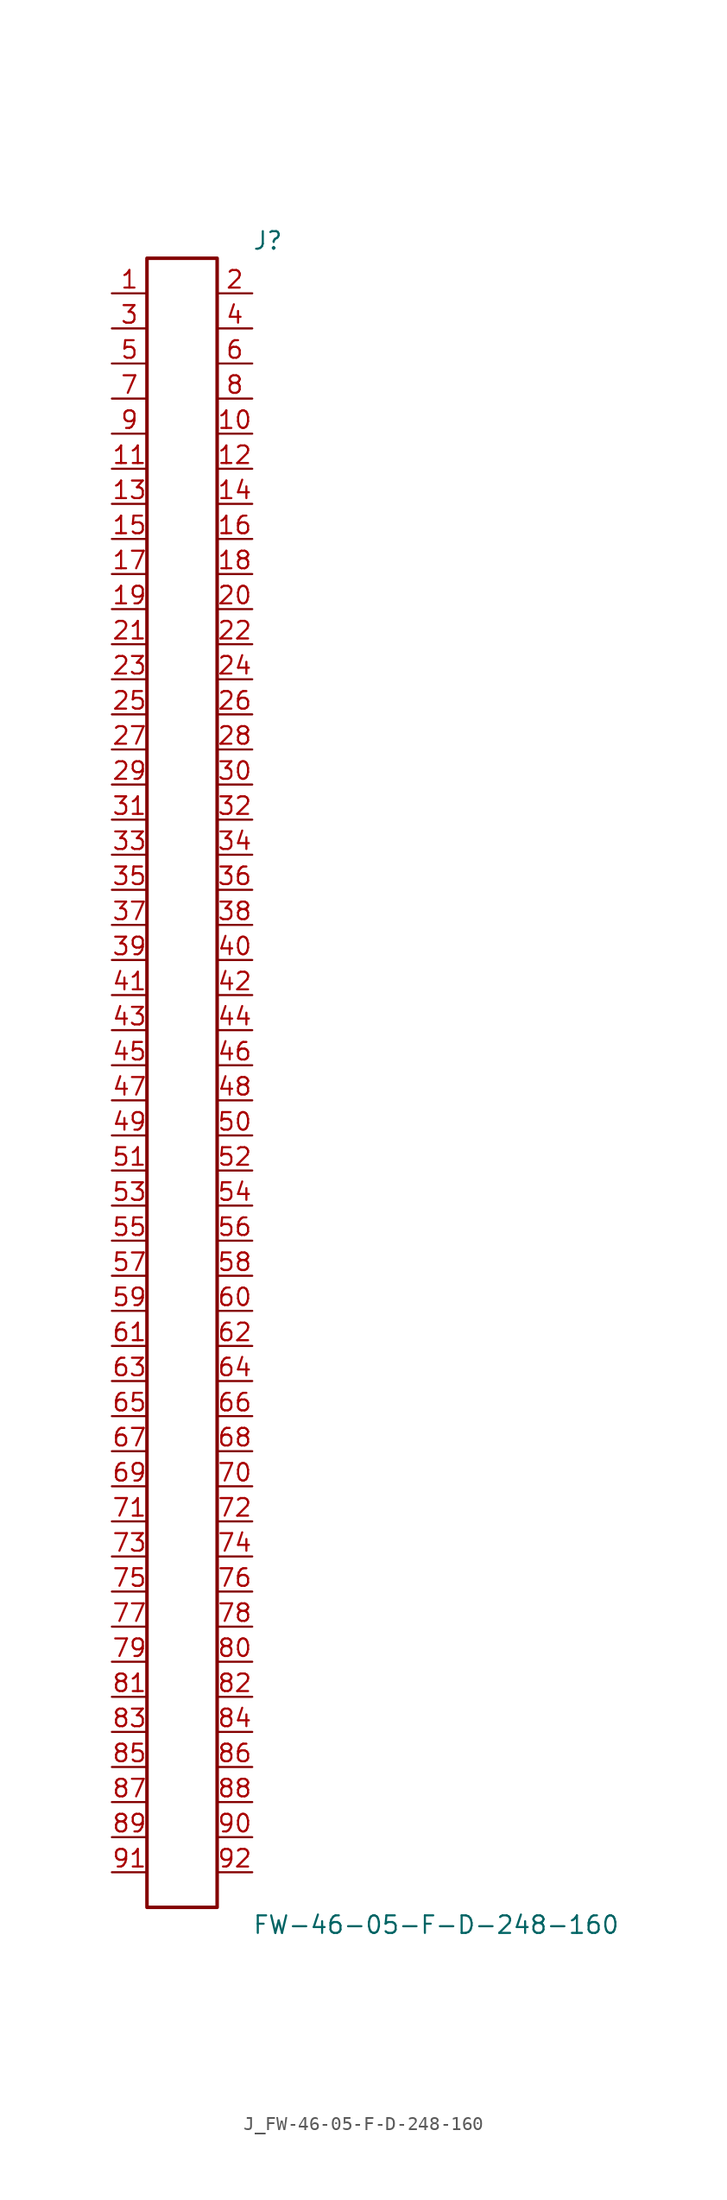
<source format=kicad_sym>
(kicad_symbol_lib
  (version 20231120)
  (generator kicad_symbol_editor)
  (generator_version 8.0)
  (symbol "J_FW-46-05-F-D-248-160"
    (pin_names
      (offset 0.254))
    (property "Reference" "J"
      (at 5.08 60.96 0)
      (effects (font (size 1.27 1.27)) (justify left)))
    (property "Value" "FW-46-05-F-D-248-160"
      (at 5.08 -60.96 0)
      (effects (font (size 1.27 1.27)) (justify left)))
    (symbol "J_FW-46-05-F-D-248-160_0_0"
      (pin passive line (at -5.08 57.15 0) (length 2.54) (name "" (effects (font (size 1.27 1.27)))) (number "1" (effects (font (size 1.27 1.27)))))
      (pin passive line (at 5.08 57.15 180) (length 2.54) (name "" (effects (font (size 1.27 1.27)))) (number "2" (effects (font (size 1.27 1.27)))))
      (pin passive line (at -5.08 54.61 0) (length 2.54) (name "" (effects (font (size 1.27 1.27)))) (number "3" (effects (font (size 1.27 1.27)))))
      (pin passive line (at 5.08 54.61 180) (length 2.54) (name "" (effects (font (size 1.27 1.27)))) (number "4" (effects (font (size 1.27 1.27)))))
      (pin passive line (at -5.08 52.07 0) (length 2.54) (name "" (effects (font (size 1.27 1.27)))) (number "5" (effects (font (size 1.27 1.27)))))
      (pin passive line (at 5.08 52.07 180) (length 2.54) (name "" (effects (font (size 1.27 1.27)))) (number "6" (effects (font (size 1.27 1.27)))))
      (pin passive line (at -5.08 49.53 0) (length 2.54) (name "" (effects (font (size 1.27 1.27)))) (number "7" (effects (font (size 1.27 1.27)))))
      (pin passive line (at 5.08 49.53 180) (length 2.54) (name "" (effects (font (size 1.27 1.27)))) (number "8" (effects (font (size 1.27 1.27)))))
      (pin passive line (at -5.08 46.99 0) (length 2.54) (name "" (effects (font (size 1.27 1.27)))) (number "9" (effects (font (size 1.27 1.27)))))
      (pin passive line (at 5.08 46.99 180) (length 2.54) (name "" (effects (font (size 1.27 1.27)))) (number "10" (effects (font (size 1.27 1.27)))))
      (pin passive line (at -5.08 44.45 0) (length 2.54) (name "" (effects (font (size 1.27 1.27)))) (number "11" (effects (font (size 1.27 1.27)))))
      (pin passive line (at 5.08 44.45 180) (length 2.54) (name "" (effects (font (size 1.27 1.27)))) (number "12" (effects (font (size 1.27 1.27)))))
      (pin passive line (at -5.08 41.91 0) (length 2.54) (name "" (effects (font (size 1.27 1.27)))) (number "13" (effects (font (size 1.27 1.27)))))
      (pin passive line (at 5.08 41.91 180) (length 2.54) (name "" (effects (font (size 1.27 1.27)))) (number "14" (effects (font (size 1.27 1.27)))))
      (pin passive line (at -5.08 39.37 0) (length 2.54) (name "" (effects (font (size 1.27 1.27)))) (number "15" (effects (font (size 1.27 1.27)))))
      (pin passive line (at 5.08 39.37 180) (length 2.54) (name "" (effects (font (size 1.27 1.27)))) (number "16" (effects (font (size 1.27 1.27)))))
      (pin passive line (at -5.08 36.83 0) (length 2.54) (name "" (effects (font (size 1.27 1.27)))) (number "17" (effects (font (size 1.27 1.27)))))
      (pin passive line (at 5.08 36.83 180) (length 2.54) (name "" (effects (font (size 1.27 1.27)))) (number "18" (effects (font (size 1.27 1.27)))))
      (pin passive line (at -5.08 34.29 0) (length 2.54) (name "" (effects (font (size 1.27 1.27)))) (number "19" (effects (font (size 1.27 1.27)))))
      (pin passive line (at 5.08 34.29 180) (length 2.54) (name "" (effects (font (size 1.27 1.27)))) (number "20" (effects (font (size 1.27 1.27)))))
      (pin passive line (at -5.08 31.75 0) (length 2.54) (name "" (effects (font (size 1.27 1.27)))) (number "21" (effects (font (size 1.27 1.27)))))
      (pin passive line (at 5.08 31.75 180) (length 2.54) (name "" (effects (font (size 1.27 1.27)))) (number "22" (effects (font (size 1.27 1.27)))))
      (pin passive line (at -5.08 29.21 0) (length 2.54) (name "" (effects (font (size 1.27 1.27)))) (number "23" (effects (font (size 1.27 1.27)))))
      (pin passive line (at 5.08 29.21 180) (length 2.54) (name "" (effects (font (size 1.27 1.27)))) (number "24" (effects (font (size 1.27 1.27)))))
      (pin passive line (at -5.08 26.67 0) (length 2.54) (name "" (effects (font (size 1.27 1.27)))) (number "25" (effects (font (size 1.27 1.27)))))
      (pin passive line (at 5.08 26.67 180) (length 2.54) (name "" (effects (font (size 1.27 1.27)))) (number "26" (effects (font (size 1.27 1.27)))))
      (pin passive line (at -5.08 24.13 0) (length 2.54) (name "" (effects (font (size 1.27 1.27)))) (number "27" (effects (font (size 1.27 1.27)))))
      (pin passive line (at 5.08 24.13 180) (length 2.54) (name "" (effects (font (size 1.27 1.27)))) (number "28" (effects (font (size 1.27 1.27)))))
      (pin passive line (at -5.08 21.59 0) (length 2.54) (name "" (effects (font (size 1.27 1.27)))) (number "29" (effects (font (size 1.27 1.27)))))
      (pin passive line (at 5.08 21.59 180) (length 2.54) (name "" (effects (font (size 1.27 1.27)))) (number "30" (effects (font (size 1.27 1.27)))))
      (pin passive line (at -5.08 19.05 0) (length 2.54) (name "" (effects (font (size 1.27 1.27)))) (number "31" (effects (font (size 1.27 1.27)))))
      (pin passive line (at 5.08 19.05 180) (length 2.54) (name "" (effects (font (size 1.27 1.27)))) (number "32" (effects (font (size 1.27 1.27)))))
      (pin passive line (at -5.08 16.51 0) (length 2.54) (name "" (effects (font (size 1.27 1.27)))) (number "33" (effects (font (size 1.27 1.27)))))
      (pin passive line (at 5.08 16.51 180) (length 2.54) (name "" (effects (font (size 1.27 1.27)))) (number "34" (effects (font (size 1.27 1.27)))))
      (pin passive line (at -5.08 13.97 0) (length 2.54) (name "" (effects (font (size 1.27 1.27)))) (number "35" (effects (font (size 1.27 1.27)))))
      (pin passive line (at 5.08 13.97 180) (length 2.54) (name "" (effects (font (size 1.27 1.27)))) (number "36" (effects (font (size 1.27 1.27)))))
      (pin passive line (at -5.08 11.43 0) (length 2.54) (name "" (effects (font (size 1.27 1.27)))) (number "37" (effects (font (size 1.27 1.27)))))
      (pin passive line (at 5.08 11.43 180) (length 2.54) (name "" (effects (font (size 1.27 1.27)))) (number "38" (effects (font (size 1.27 1.27)))))
      (pin passive line (at -5.08 8.89 0) (length 2.54) (name "" (effects (font (size 1.27 1.27)))) (number "39" (effects (font (size 1.27 1.27)))))
      (pin passive line (at 5.08 8.89 180) (length 2.54) (name "" (effects (font (size 1.27 1.27)))) (number "40" (effects (font (size 1.27 1.27)))))
      (pin passive line (at -5.08 6.35 0) (length 2.54) (name "" (effects (font (size 1.27 1.27)))) (number "41" (effects (font (size 1.27 1.27)))))
      (pin passive line (at 5.08 6.35 180) (length 2.54) (name "" (effects (font (size 1.27 1.27)))) (number "42" (effects (font (size 1.27 1.27)))))
      (pin passive line (at -5.08 3.81 0) (length 2.54) (name "" (effects (font (size 1.27 1.27)))) (number "43" (effects (font (size 1.27 1.27)))))
      (pin passive line (at 5.08 3.81 180) (length 2.54) (name "" (effects (font (size 1.27 1.27)))) (number "44" (effects (font (size 1.27 1.27)))))
      (pin passive line (at -5.08 1.27 0) (length 2.54) (name "" (effects (font (size 1.27 1.27)))) (number "45" (effects (font (size 1.27 1.27)))))
      (pin passive line (at 5.08 1.27 180) (length 2.54) (name "" (effects (font (size 1.27 1.27)))) (number "46" (effects (font (size 1.27 1.27)))))
      (pin passive line (at -5.08 -1.27 0) (length 2.54) (name "" (effects (font (size 1.27 1.27)))) (number "47" (effects (font (size 1.27 1.27)))))
      (pin passive line (at 5.08 -1.27 180) (length 2.54) (name "" (effects (font (size 1.27 1.27)))) (number "48" (effects (font (size 1.27 1.27)))))
      (pin passive line (at -5.08 -3.81 0) (length 2.54) (name "" (effects (font (size 1.27 1.27)))) (number "49" (effects (font (size 1.27 1.27)))))
      (pin passive line (at 5.08 -3.81 180) (length 2.54) (name "" (effects (font (size 1.27 1.27)))) (number "50" (effects (font (size 1.27 1.27)))))
      (pin passive line (at -5.08 -6.35 0) (length 2.54) (name "" (effects (font (size 1.27 1.27)))) (number "51" (effects (font (size 1.27 1.27)))))
      (pin passive line (at 5.08 -6.35 180) (length 2.54) (name "" (effects (font (size 1.27 1.27)))) (number "52" (effects (font (size 1.27 1.27)))))
      (pin passive line (at -5.08 -8.89 0) (length 2.54) (name "" (effects (font (size 1.27 1.27)))) (number "53" (effects (font (size 1.27 1.27)))))
      (pin passive line (at 5.08 -8.89 180) (length 2.54) (name "" (effects (font (size 1.27 1.27)))) (number "54" (effects (font (size 1.27 1.27)))))
      (pin passive line (at -5.08 -11.43 0) (length 2.54) (name "" (effects (font (size 1.27 1.27)))) (number "55" (effects (font (size 1.27 1.27)))))
      (pin passive line (at 5.08 -11.43 180) (length 2.54) (name "" (effects (font (size 1.27 1.27)))) (number "56" (effects (font (size 1.27 1.27)))))
      (pin passive line (at -5.08 -13.97 0) (length 2.54) (name "" (effects (font (size 1.27 1.27)))) (number "57" (effects (font (size 1.27 1.27)))))
      (pin passive line (at 5.08 -13.97 180) (length 2.54) (name "" (effects (font (size 1.27 1.27)))) (number "58" (effects (font (size 1.27 1.27)))))
      (pin passive line (at -5.08 -16.51 0) (length 2.54) (name "" (effects (font (size 1.27 1.27)))) (number "59" (effects (font (size 1.27 1.27)))))
      (pin passive line (at 5.08 -16.51 180) (length 2.54) (name "" (effects (font (size 1.27 1.27)))) (number "60" (effects (font (size 1.27 1.27)))))
      (pin passive line (at -5.08 -19.05 0) (length 2.54) (name "" (effects (font (size 1.27 1.27)))) (number "61" (effects (font (size 1.27 1.27)))))
      (pin passive line (at 5.08 -19.05 180) (length 2.54) (name "" (effects (font (size 1.27 1.27)))) (number "62" (effects (font (size 1.27 1.27)))))
      (pin passive line (at -5.08 -21.59 0) (length 2.54) (name "" (effects (font (size 1.27 1.27)))) (number "63" (effects (font (size 1.27 1.27)))))
      (pin passive line (at 5.08 -21.59 180) (length 2.54) (name "" (effects (font (size 1.27 1.27)))) (number "64" (effects (font (size 1.27 1.27)))))
      (pin passive line (at -5.08 -24.13 0) (length 2.54) (name "" (effects (font (size 1.27 1.27)))) (number "65" (effects (font (size 1.27 1.27)))))
      (pin passive line (at 5.08 -24.13 180) (length 2.54) (name "" (effects (font (size 1.27 1.27)))) (number "66" (effects (font (size 1.27 1.27)))))
      (pin passive line (at -5.08 -26.67 0) (length 2.54) (name "" (effects (font (size 1.27 1.27)))) (number "67" (effects (font (size 1.27 1.27)))))
      (pin passive line (at 5.08 -26.67 180) (length 2.54) (name "" (effects (font (size 1.27 1.27)))) (number "68" (effects (font (size 1.27 1.27)))))
      (pin passive line (at -5.08 -29.21 0) (length 2.54) (name "" (effects (font (size 1.27 1.27)))) (number "69" (effects (font (size 1.27 1.27)))))
      (pin passive line (at 5.08 -29.21 180) (length 2.54) (name "" (effects (font (size 1.27 1.27)))) (number "70" (effects (font (size 1.27 1.27)))))
      (pin passive line (at -5.08 -31.75 0) (length 2.54) (name "" (effects (font (size 1.27 1.27)))) (number "71" (effects (font (size 1.27 1.27)))))
      (pin passive line (at 5.08 -31.75 180) (length 2.54) (name "" (effects (font (size 1.27 1.27)))) (number "72" (effects (font (size 1.27 1.27)))))
      (pin passive line (at -5.08 -34.29 0) (length 2.54) (name "" (effects (font (size 1.27 1.27)))) (number "73" (effects (font (size 1.27 1.27)))))
      (pin passive line (at 5.08 -34.29 180) (length 2.54) (name "" (effects (font (size 1.27 1.27)))) (number "74" (effects (font (size 1.27 1.27)))))
      (pin passive line (at -5.08 -36.83 0) (length 2.54) (name "" (effects (font (size 1.27 1.27)))) (number "75" (effects (font (size 1.27 1.27)))))
      (pin passive line (at 5.08 -36.83 180) (length 2.54) (name "" (effects (font (size 1.27 1.27)))) (number "76" (effects (font (size 1.27 1.27)))))
      (pin passive line (at -5.08 -39.37 0) (length 2.54) (name "" (effects (font (size 1.27 1.27)))) (number "77" (effects (font (size 1.27 1.27)))))
      (pin passive line (at 5.08 -39.37 180) (length 2.54) (name "" (effects (font (size 1.27 1.27)))) (number "78" (effects (font (size 1.27 1.27)))))
      (pin passive line (at -5.08 -41.91 0) (length 2.54) (name "" (effects (font (size 1.27 1.27)))) (number "79" (effects (font (size 1.27 1.27)))))
      (pin passive line (at 5.08 -41.91 180) (length 2.54) (name "" (effects (font (size 1.27 1.27)))) (number "80" (effects (font (size 1.27 1.27)))))
      (pin passive line (at -5.08 -44.45 0) (length 2.54) (name "" (effects (font (size 1.27 1.27)))) (number "81" (effects (font (size 1.27 1.27)))))
      (pin passive line (at 5.08 -44.45 180) (length 2.54) (name "" (effects (font (size 1.27 1.27)))) (number "82" (effects (font (size 1.27 1.27)))))
      (pin passive line (at -5.08 -46.99 0) (length 2.54) (name "" (effects (font (size 1.27 1.27)))) (number "83" (effects (font (size 1.27 1.27)))))
      (pin passive line (at 5.08 -46.99 180) (length 2.54) (name "" (effects (font (size 1.27 1.27)))) (number "84" (effects (font (size 1.27 1.27)))))
      (pin passive line (at -5.08 -49.53 0) (length 2.54) (name "" (effects (font (size 1.27 1.27)))) (number "85" (effects (font (size 1.27 1.27)))))
      (pin passive line (at 5.08 -49.53 180) (length 2.54) (name "" (effects (font (size 1.27 1.27)))) (number "86" (effects (font (size 1.27 1.27)))))
      (pin passive line (at -5.08 -52.07 0) (length 2.54) (name "" (effects (font (size 1.27 1.27)))) (number "87" (effects (font (size 1.27 1.27)))))
      (pin passive line (at 5.08 -52.07 180) (length 2.54) (name "" (effects (font (size 1.27 1.27)))) (number "88" (effects (font (size 1.27 1.27)))))
      (pin passive line (at -5.08 -54.61 0) (length 2.54) (name "" (effects (font (size 1.27 1.27)))) (number "89" (effects (font (size 1.27 1.27)))))
      (pin passive line (at 5.08 -54.61 180) (length 2.54) (name "" (effects (font (size 1.27 1.27)))) (number "90" (effects (font (size 1.27 1.27)))))
      (pin passive line (at -5.08 -57.15 0) (length 2.54) (name "" (effects (font (size 1.27 1.27)))) (number "91" (effects (font (size 1.27 1.27)))))
      (pin passive line (at 5.08 -57.15 180) (length 2.54) (name "" (effects (font (size 1.27 1.27)))) (number "92" (effects (font (size 1.27 1.27))))))
    (symbol "J_FW-46-05-F-D-248-160_1_0"
      (rectangle (start -2.54 59.69) (end 2.54 -59.69) (stroke (width 0.254) (type solid)) (fill (type none))))))
</source>
